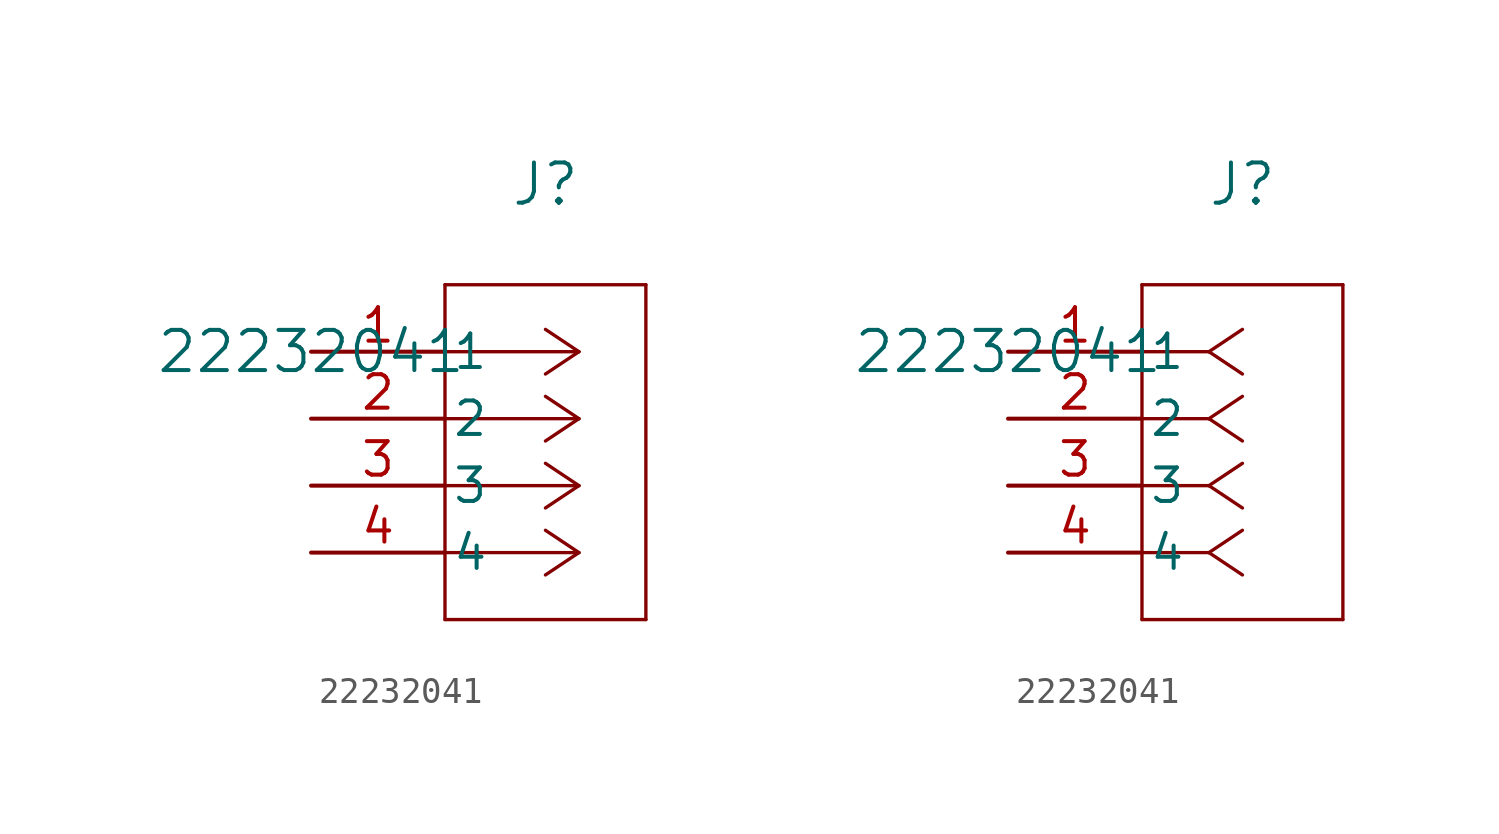
<source format=kicad_sym>
(kicad_symbol_lib
  (version 20211014)
  (generator kicad_symbol_editor)
  (symbol "22232041"
    (pin_names
      (offset 0.254))
    (property "Reference" "J"
      (at 8.89 6.35 0)
      (effects (font (size 1.524 1.524))))
    (property "Value" "22232041"
      (at 0 0 0)
      (effects (font (size 1.524 1.524))))
    (symbol "22232041_1_1"
      (polyline (pts (xy 10.16 0) (xy 5.08 0)) (stroke (width 0.127) (type default) (color 0 0 0 0)) (fill (type none)))
      (polyline (pts (xy 10.16 -2.54) (xy 5.08 -2.54)) (stroke (width 0.127) (type default) (color 0 0 0 0)) (fill (type none)))
      (polyline (pts (xy 10.16 -5.08) (xy 5.08 -5.08)) (stroke (width 0.127) (type default) (color 0 0 0 0)) (fill (type none)))
      (polyline (pts (xy 10.16 -7.62) (xy 5.08 -7.62)) (stroke (width 0.127) (type default) (color 0 0 0 0)) (fill (type none)))
      (polyline (pts (xy 10.16 0) (xy 8.89 0.847)) (stroke (width 0.127) (type default) (color 0 0 0 0)) (fill (type none)))
      (polyline (pts (xy 10.16 -2.54) (xy 8.89 -1.693)) (stroke (width 0.127) (type default) (color 0 0 0 0)) (fill (type none)))
      (polyline (pts (xy 10.16 -5.08) (xy 8.89 -4.233)) (stroke (width 0.127) (type default) (color 0 0 0 0)) (fill (type none)))
      (polyline (pts (xy 10.16 -7.62) (xy 8.89 -6.773)) (stroke (width 0.127) (type default) (color 0 0 0 0)) (fill (type none)))
      (polyline (pts (xy 10.16 0) (xy 8.89 -0.847)) (stroke (width 0.127) (type default) (color 0 0 0 0)) (fill (type none)))
      (polyline (pts (xy 10.16 -2.54) (xy 8.89 -3.387)) (stroke (width 0.127) (type default) (color 0 0 0 0)) (fill (type none)))
      (polyline (pts (xy 10.16 -5.08) (xy 8.89 -5.927)) (stroke (width 0.127) (type default) (color 0 0 0 0)) (fill (type none)))
      (polyline (pts (xy 10.16 -7.62) (xy 8.89 -8.467)) (stroke (width 0.127) (type default) (color 0 0 0 0)) (fill (type none)))
      (polyline (pts (xy 5.08 2.54) (xy 5.08 -10.16)) (stroke (width 0.127) (type default) (color 0 0 0 0)) (fill (type none)))
      (polyline (pts (xy 5.08 -10.16) (xy 12.7 -10.16)) (stroke (width 0.127) (type default) (color 0 0 0 0)) (fill (type none)))
      (polyline (pts (xy 12.7 -10.16) (xy 12.7 2.54)) (stroke (width 0.127) (type default) (color 0 0 0 0)) (fill (type none)))
      (polyline (pts (xy 12.7 2.54) (xy 5.08 2.54)) (stroke (width 0.127) (type default) (color 0 0 0 0)) (fill (type none)))
      (pin unspecified line (at 0 0 0) (length 5.08) (name "1" (effects (font (size 1.27 1.27)))) (number "1" (effects (font (size 1.27 1.27)))))
      (pin unspecified line (at 0 -2.54 0) (length 5.08) (name "2" (effects (font (size 1.27 1.27)))) (number "2" (effects (font (size 1.27 1.27)))))
      (pin unspecified line (at 0 -5.08 0) (length 5.08) (name "3" (effects (font (size 1.27 1.27)))) (number "3" (effects (font (size 1.27 1.27)))))
      (pin unspecified line (at 0 -7.62 0) (length 5.08) (name "4" (effects (font (size 1.27 1.27)))) (number "4" (effects (font (size 1.27 1.27))))))
    (symbol "22232041_1_2"
      (polyline (pts (xy 7.62 0) (xy 5.08 0)) (stroke (width 0.127) (type default) (color 0 0 0 0)) (fill (type none)))
      (polyline (pts (xy 7.62 -2.54) (xy 5.08 -2.54)) (stroke (width 0.127) (type default) (color 0 0 0 0)) (fill (type none)))
      (polyline (pts (xy 7.62 -5.08) (xy 5.08 -5.08)) (stroke (width 0.127) (type default) (color 0 0 0 0)) (fill (type none)))
      (polyline (pts (xy 7.62 -7.62) (xy 5.08 -7.62)) (stroke (width 0.127) (type default) (color 0 0 0 0)) (fill (type none)))
      (polyline (pts (xy 7.62 0) (xy 8.89 0.847)) (stroke (width 0.127) (type default) (color 0 0 0 0)) (fill (type none)))
      (polyline (pts (xy 7.62 -2.54) (xy 8.89 -1.693)) (stroke (width 0.127) (type default) (color 0 0 0 0)) (fill (type none)))
      (polyline (pts (xy 7.62 -5.08) (xy 8.89 -4.233)) (stroke (width 0.127) (type default) (color 0 0 0 0)) (fill (type none)))
      (polyline (pts (xy 7.62 -7.62) (xy 8.89 -6.773)) (stroke (width 0.127) (type default) (color 0 0 0 0)) (fill (type none)))
      (polyline (pts (xy 7.62 0) (xy 8.89 -0.847)) (stroke (width 0.127) (type default) (color 0 0 0 0)) (fill (type none)))
      (polyline (pts (xy 7.62 -2.54) (xy 8.89 -3.387)) (stroke (width 0.127) (type default) (color 0 0 0 0)) (fill (type none)))
      (polyline (pts (xy 7.62 -5.08) (xy 8.89 -5.927)) (stroke (width 0.127) (type default) (color 0 0 0 0)) (fill (type none)))
      (polyline (pts (xy 7.62 -7.62) (xy 8.89 -8.467)) (stroke (width 0.127) (type default) (color 0 0 0 0)) (fill (type none)))
      (polyline (pts (xy 5.08 2.54) (xy 5.08 -10.16)) (stroke (width 0.127) (type default) (color 0 0 0 0)) (fill (type none)))
      (polyline (pts (xy 5.08 -10.16) (xy 12.7 -10.16)) (stroke (width 0.127) (type default) (color 0 0 0 0)) (fill (type none)))
      (polyline (pts (xy 12.7 -10.16) (xy 12.7 2.54)) (stroke (width 0.127) (type default) (color 0 0 0 0)) (fill (type none)))
      (polyline (pts (xy 12.7 2.54) (xy 5.08 2.54)) (stroke (width 0.127) (type default) (color 0 0 0 0)) (fill (type none)))
      (pin unspecified line (at 0 0 0) (length 5.08) (name "1" (effects (font (size 1.27 1.27)))) (number "1" (effects (font (size 1.27 1.27)))))
      (pin unspecified line (at 0 -2.54 0) (length 5.08) (name "2" (effects (font (size 1.27 1.27)))) (number "2" (effects (font (size 1.27 1.27)))))
      (pin unspecified line (at 0 -5.08 0) (length 5.08) (name "3" (effects (font (size 1.27 1.27)))) (number "3" (effects (font (size 1.27 1.27)))))
      (pin unspecified line (at 0 -7.62 0) (length 5.08) (name "4" (effects (font (size 1.27 1.27)))) (number "4" (effects (font (size 1.27 1.27))))))))
</source>
